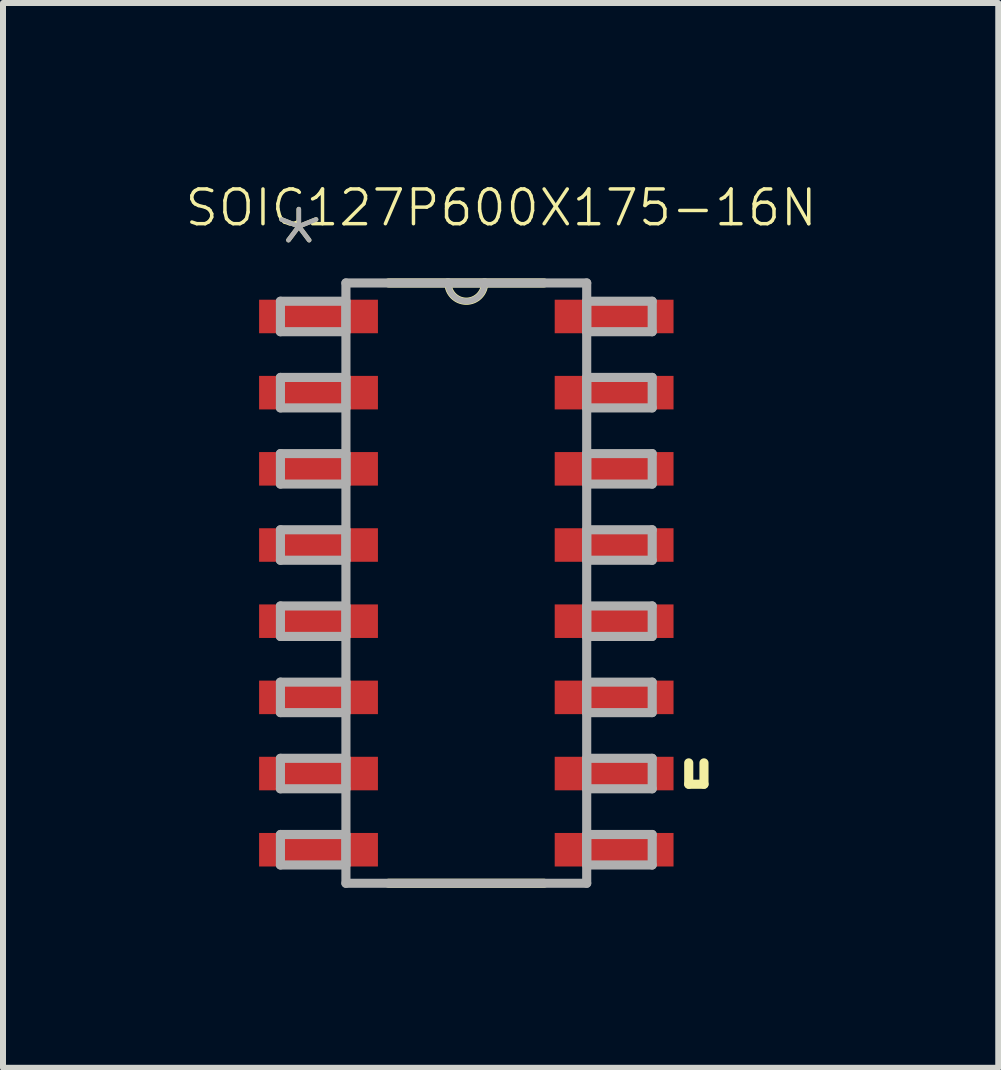
<source format=kicad_pcb>
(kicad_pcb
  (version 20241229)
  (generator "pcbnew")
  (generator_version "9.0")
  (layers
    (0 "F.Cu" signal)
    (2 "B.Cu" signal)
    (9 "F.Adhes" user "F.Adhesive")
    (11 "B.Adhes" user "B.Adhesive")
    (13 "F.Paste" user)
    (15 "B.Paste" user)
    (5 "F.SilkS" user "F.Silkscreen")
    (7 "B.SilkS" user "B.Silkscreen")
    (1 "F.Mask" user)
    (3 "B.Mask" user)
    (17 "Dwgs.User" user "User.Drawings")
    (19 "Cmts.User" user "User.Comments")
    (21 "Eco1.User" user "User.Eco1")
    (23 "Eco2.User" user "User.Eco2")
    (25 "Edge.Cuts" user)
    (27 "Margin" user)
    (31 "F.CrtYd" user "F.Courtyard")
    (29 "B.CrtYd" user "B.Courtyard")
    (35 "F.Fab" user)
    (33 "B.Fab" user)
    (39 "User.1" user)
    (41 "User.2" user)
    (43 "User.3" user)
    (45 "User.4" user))
  (footprint "SOIC127P600X175-16N"
    (layer "F.Cu")
    (at 4.724 6.671)
    (property "Reference" "SOIC127P600X175-16N" (at -4.724 -5.918 0) (layer "F.SilkS") (effects (font (size 0.579 0.579) (thickness 0.058)) (justify left bottom)))
    (attr through_hole)
    (fp_line (start -1.295 5.004) (end 1.295 5.004) (stroke (width 0.152) (type solid)) (layer "F.SilkS"))
    (fp_line (start -0.305 -5.004) (end -1.295 -5.004) (stroke (width 0.152) (type solid)) (layer "F.SilkS"))
    (fp_line (start 0.305 -5.004) (end -0.305 -5.004) (stroke (width 0.152) (type solid)) (layer "F.SilkS"))
    (fp_line (start 1.295 -5.004) (end 0.305 -5.004) (stroke (width 0.152) (type solid)) (layer "F.SilkS"))
    (fp_line (start 3.708 3.353) (end 3.708 2.997) (stroke (width 0.152) (type solid)) (layer "F.SilkS"))
    (fp_line (start 3.962 2.997) (end 3.962 3.353) (stroke (width 0.152) (type solid)) (layer "F.SilkS"))
    (fp_line (start 3.962 3.353) (end 3.708 3.353) (stroke (width 0.152) (type solid)) (layer "F.SilkS"))
    (fp_arc (start 0.3048 -5.0038) (mid 0 -4.699) (end -0.3048 -5.0038) (stroke (width 0.12) (type solid)) (layer "F.SilkS"))
    (fp_line (start -3.099 -4.699) (end -3.099 -4.191) (stroke (width 0.152) (type solid)) (layer "F.Fab"))
    (fp_line (start -3.099 -4.191) (end -2.007 -4.191) (stroke (width 0.152) (type solid)) (layer "F.Fab"))
    (fp_line (start -3.099 -3.429) (end -3.099 -2.921) (stroke (width 0.152) (type solid)) (layer "F.Fab"))
    (fp_line (start -3.099 -2.921) (end -2.007 -2.921) (stroke (width 0.152) (type solid)) (layer "F.Fab"))
    (fp_line (start -3.099 -2.159) (end -3.099 -1.651) (stroke (width 0.152) (type solid)) (layer "F.Fab"))
    (fp_line (start -3.099 -1.651) (end -2.007 -1.651) (stroke (width 0.152) (type solid)) (layer "F.Fab"))
    (fp_line (start -3.099 -0.889) (end -3.099 -0.381) (stroke (width 0.152) (type solid)) (layer "F.Fab"))
    (fp_line (start -3.099 -0.381) (end -2.007 -0.381) (stroke (width 0.152) (type solid)) (layer "F.Fab"))
    (fp_line (start -3.099 0.381) (end -3.099 0.889) (stroke (width 0.152) (type solid)) (layer "F.Fab"))
    (fp_line (start -3.099 0.889) (end -2.007 0.889) (stroke (width 0.152) (type solid)) (layer "F.Fab"))
    (fp_line (start -3.099 1.651) (end -3.099 2.159) (stroke (width 0.152) (type solid)) (layer "F.Fab"))
    (fp_line (start -3.099 2.159) (end -2.007 2.159) (stroke (width 0.152) (type solid)) (layer "F.Fab"))
    (fp_line (start -3.099 2.921) (end -3.099 3.429) (stroke (width 0.152) (type solid)) (layer "F.Fab"))
    (fp_line (start -3.099 3.429) (end -2.007 3.429) (stroke (width 0.152) (type solid)) (layer "F.Fab"))
    (fp_line (start -3.099 4.191) (end -3.099 4.699) (stroke (width 0.152) (type solid)) (layer "F.Fab"))
    (fp_line (start -3.099 4.699) (end -2.007 4.699) (stroke (width 0.152) (type solid)) (layer "F.Fab"))
    (fp_line (start -2.007 -5.004) (end -2.007 5.004) (stroke (width 0.152) (type solid)) (layer "F.Fab"))
    (fp_line (start -2.007 -4.699) (end -3.099 -4.699) (stroke (width 0.152) (type solid)) (layer "F.Fab"))
    (fp_line (start -2.007 -4.191) (end -2.007 -4.699) (stroke (width 0.152) (type solid)) (layer "F.Fab"))
    (fp_line (start -2.007 -3.429) (end -3.099 -3.429) (stroke (width 0.152) (type solid)) (layer "F.Fab"))
    (fp_line (start -2.007 -2.921) (end -2.007 -3.429) (stroke (width 0.152) (type solid)) (layer "F.Fab"))
    (fp_line (start -2.007 -2.159) (end -3.099 -2.159) (stroke (width 0.152) (type solid)) (layer "F.Fab"))
    (fp_line (start -2.007 -1.651) (end -2.007 -2.159) (stroke (width 0.152) (type solid)) (layer "F.Fab"))
    (fp_line (start -2.007 -0.889) (end -3.099 -0.889) (stroke (width 0.152) (type solid)) (layer "F.Fab"))
    (fp_line (start -2.007 -0.381) (end -2.007 -0.889) (stroke (width 0.152) (type solid)) (layer "F.Fab"))
    (fp_line (start -2.007 0.381) (end -3.099 0.381) (stroke (width 0.152) (type solid)) (layer "F.Fab"))
    (fp_line (start -2.007 0.889) (end -2.007 0.381) (stroke (width 0.152) (type solid)) (layer "F.Fab"))
    (fp_line (start -2.007 1.651) (end -3.099 1.651) (stroke (width 0.152) (type solid)) (layer "F.Fab"))
    (fp_line (start -2.007 2.159) (end -2.007 1.651) (stroke (width 0.152) (type solid)) (layer "F.Fab"))
    (fp_line (start -2.007 2.921) (end -3.099 2.921) (stroke (width 0.152) (type solid)) (layer "F.Fab"))
    (fp_line (start -2.007 3.429) (end -2.007 2.921) (stroke (width 0.152) (type solid)) (layer "F.Fab"))
    (fp_line (start -2.007 4.191) (end -3.099 4.191) (stroke (width 0.152) (type solid)) (layer "F.Fab"))
    (fp_line (start -2.007 4.699) (end -2.007 4.191) (stroke (width 0.152) (type solid)) (layer "F.Fab"))
    (fp_line (start -2.007 5.004) (end 2.007 5.004) (stroke (width 0.152) (type solid)) (layer "F.Fab"))
    (fp_line (start -0.305 -5.004) (end -2.007 -5.004) (stroke (width 0.152) (type solid)) (layer "F.Fab"))
    (fp_line (start 0.305 -5.004) (end -0.305 -5.004) (stroke (width 0.152) (type solid)) (layer "F.Fab"))
    (fp_line (start 2.007 -5.004) (end 0.305 -5.004) (stroke (width 0.152) (type solid)) (layer "F.Fab"))
    (fp_line (start 2.007 -4.699) (end 2.007 -4.191) (stroke (width 0.152) (type solid)) (layer "F.Fab"))
    (fp_line (start 2.007 -4.191) (end 3.099 -4.191) (stroke (width 0.152) (type solid)) (layer "F.Fab"))
    (fp_line (start 2.007 -3.429) (end 2.007 -2.921) (stroke (width 0.152) (type solid)) (layer "F.Fab"))
    (fp_line (start 2.007 -2.921) (end 3.099 -2.921) (stroke (width 0.152) (type solid)) (layer "F.Fab"))
    (fp_line (start 2.007 -2.159) (end 2.007 -1.651) (stroke (width 0.152) (type solid)) (layer "F.Fab"))
    (fp_line (start 2.007 -1.651) (end 3.099 -1.651) (stroke (width 0.152) (type solid)) (layer "F.Fab"))
    (fp_line (start 2.007 -0.889) (end 2.007 -0.381) (stroke (width 0.152) (type solid)) (layer "F.Fab"))
    (fp_line (start 2.007 -0.381) (end 3.099 -0.381) (stroke (width 0.152) (type solid)) (layer "F.Fab"))
    (fp_line (start 2.007 0.381) (end 2.007 0.889) (stroke (width 0.152) (type solid)) (layer "F.Fab"))
    (fp_line (start 2.007 0.889) (end 3.099 0.889) (stroke (width 0.152) (type solid)) (layer "F.Fab"))
    (fp_line (start 2.007 1.651) (end 2.007 2.159) (stroke (width 0.152) (type solid)) (layer "F.Fab"))
    (fp_line (start 2.007 2.159) (end 3.099 2.159) (stroke (width 0.152) (type solid)) (layer "F.Fab"))
    (fp_line (start 2.007 2.921) (end 2.007 3.429) (stroke (width 0.152) (type solid)) (layer "F.Fab"))
    (fp_line (start 2.007 3.429) (end 3.099 3.429) (stroke (width 0.152) (type solid)) (layer "F.Fab"))
    (fp_line (start 2.007 4.191) (end 2.007 4.699) (stroke (width 0.152) (type solid)) (layer "F.Fab"))
    (fp_line (start 2.007 4.699) (end 3.099 4.699) (stroke (width 0.152) (type solid)) (layer "F.Fab"))
    (fp_line (start 2.007 5.004) (end 2.007 -5.004) (stroke (width 0.152) (type solid)) (layer "F.Fab"))
    (fp_line (start 3.099 -4.699) (end 2.007 -4.699) (stroke (width 0.152) (type solid)) (layer "F.Fab"))
    (fp_line (start 3.099 -4.191) (end 3.099 -4.699) (stroke (width 0.152) (type solid)) (layer "F.Fab"))
    (fp_line (start 3.099 -3.429) (end 2.007 -3.429) (stroke (width 0.152) (type solid)) (layer "F.Fab"))
    (fp_line (start 3.099 -2.921) (end 3.099 -3.429) (stroke (width 0.152) (type solid)) (layer "F.Fab"))
    (fp_line (start 3.099 -2.159) (end 2.007 -2.159) (stroke (width 0.152) (type solid)) (layer "F.Fab"))
    (fp_line (start 3.099 -1.651) (end 3.099 -2.159) (stroke (width 0.152) (type solid)) (layer "F.Fab"))
    (fp_line (start 3.099 -0.889) (end 2.007 -0.889) (stroke (width 0.152) (type solid)) (layer "F.Fab"))
    (fp_line (start 3.099 -0.381) (end 3.099 -0.889) (stroke (width 0.152) (type solid)) (layer "F.Fab"))
    (fp_line (start 3.099 0.381) (end 2.007 0.381) (stroke (width 0.152) (type solid)) (layer "F.Fab"))
    (fp_line (start 3.099 0.889) (end 3.099 0.381) (stroke (width 0.152) (type solid)) (layer "F.Fab"))
    (fp_line (start 3.099 1.651) (end 2.007 1.651) (stroke (width 0.152) (type solid)) (layer "F.Fab"))
    (fp_line (start 3.099 2.159) (end 3.099 1.651) (stroke (width 0.152) (type solid)) (layer "F.Fab"))
    (fp_line (start 3.099 2.921) (end 2.007 2.921) (stroke (width 0.152) (type solid)) (layer "F.Fab"))
    (fp_line (start 3.099 3.429) (end 3.099 2.921) (stroke (width 0.152) (type solid)) (layer "F.Fab"))
    (fp_line (start 3.099 4.191) (end 2.007 4.191) (stroke (width 0.152) (type solid)) (layer "F.Fab"))
    (fp_line (start 3.099 4.699) (end 3.099 4.191) (stroke (width 0.152) (type solid)) (layer "F.Fab"))
    (fp_arc (start 0.3048 -5.0038) (mid 0 -4.699) (end -0.3048 -5.0038) (stroke (width 0.1) (type solid)) (layer "F.Fab"))
    (fp_text user "*" (at -3.302 -4.877 0) (layer "F.SilkS") (effects (font (size 1.206 1.206) (thickness 0.076)) (justify left bottom)))
    (fp_text user "*" (at -3.302 -4.877 0) (layer "F.Fab") (effects (font (size 1.206 1.206) (thickness 0.076)) (justify left bottom)))
    (pad "1" smd rect (at -2.464 -4.445) (size 1.981 0.559) (layers "F.Cu" "F.Mask" "F.Paste"))
    (pad "2" smd rect (at -2.464 -3.175) (size 1.981 0.559) (layers "F.Cu" "F.Mask" "F.Paste"))
    (pad "3" smd rect (at -2.464 -1.905) (size 1.981 0.559) (layers "F.Cu" "F.Mask" "F.Paste"))
    (pad "4" smd rect (at -2.464 -0.635) (size 1.981 0.559) (layers "F.Cu" "F.Mask" "F.Paste"))
    (pad "5" smd rect (at -2.464 0.635) (size 1.981 0.559) (layers "F.Cu" "F.Mask" "F.Paste"))
    (pad "6" smd rect (at -2.464 1.905) (size 1.981 0.559) (layers "F.Cu" "F.Mask" "F.Paste"))
    (pad "7" smd rect (at -2.464 3.175) (size 1.981 0.559) (layers "F.Cu" "F.Mask" "F.Paste"))
    (pad "8" smd rect (at -2.464 4.445) (size 1.981 0.559) (layers "F.Cu" "F.Mask" "F.Paste"))
    (pad "9" smd rect (at 2.464 4.445) (size 1.981 0.559) (layers "F.Cu" "F.Mask" "F.Paste"))
    (pad "10" smd rect (at 2.464 3.175) (size 1.981 0.559) (layers "F.Cu" "F.Mask" "F.Paste"))
    (pad "11" smd rect (at 2.464 1.905) (size 1.981 0.559) (layers "F.Cu" "F.Mask" "F.Paste"))
    (pad "12" smd rect (at 2.464 0.635) (size 1.981 0.559) (layers "F.Cu" "F.Mask" "F.Paste"))
    (pad "13" smd rect (at 2.464 -0.635) (size 1.981 0.559) (layers "F.Cu" "F.Mask" "F.Paste"))
    (pad "14" smd rect (at 2.464 -1.905) (size 1.981 0.559) (layers "F.Cu" "F.Mask" "F.Paste"))
    (pad "15" smd rect (at 2.464 -3.175) (size 1.981 0.559) (layers "F.Cu" "F.Mask" "F.Paste"))
    (pad "16" smd rect (at 2.464 -4.445) (size 1.981 0.559) (layers "F.Cu" "F.Mask" "F.Paste")))
  (gr_rect
    (start -3 -3)
    (end 13.592 14.751)
    (stroke (width 0.1) (type default))
    (fill no)
    (layer "Edge.Cuts")))
</source>
